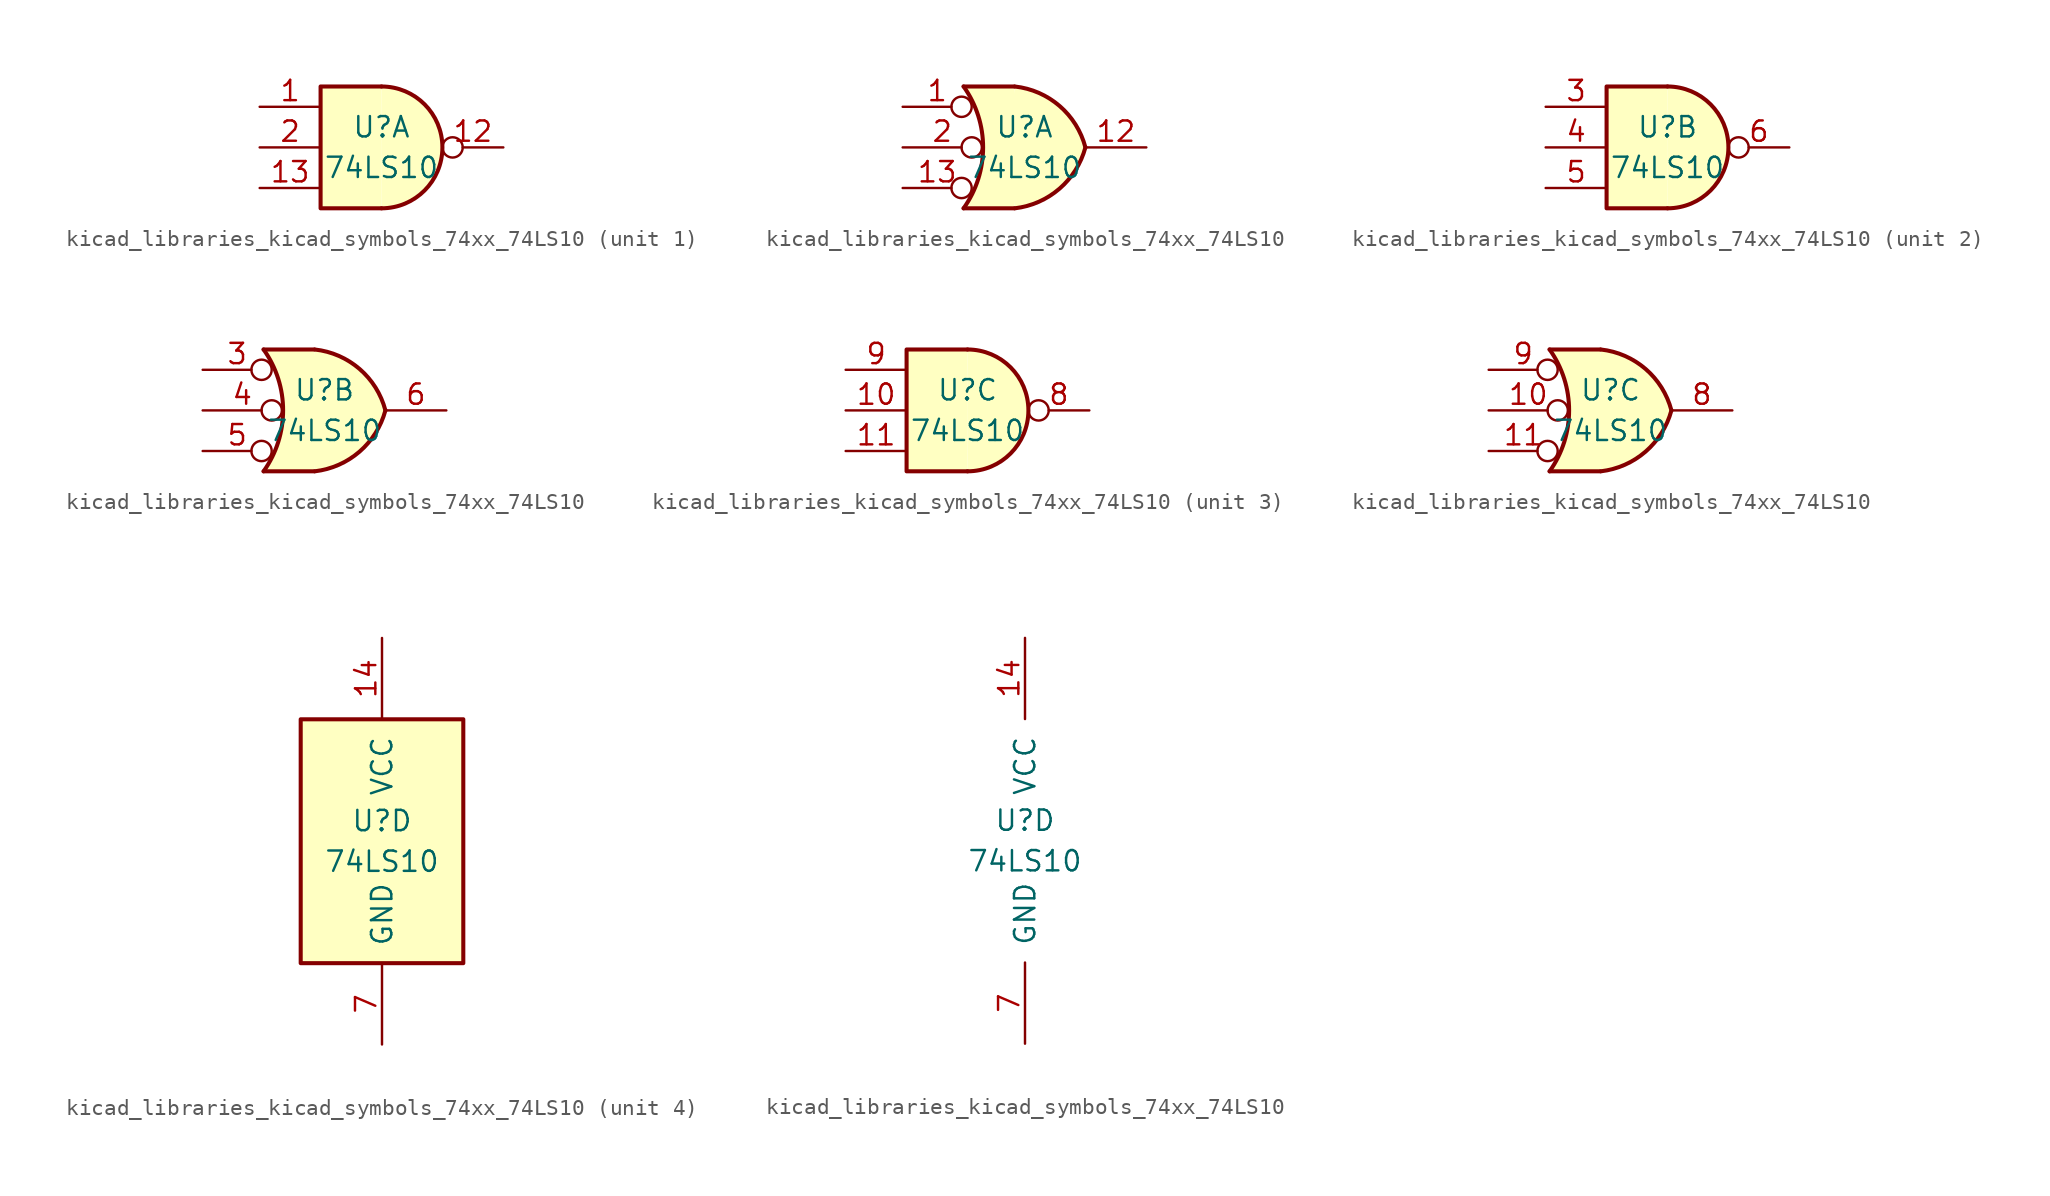
<source format=kicad_sym>
(kicad_symbol_lib
  (version 20220914)
  (generator kicad_symbol_editor)
  (symbol "kicad_libraries_kicad_symbols_74xx_74LS10"
    (pin_names
      (offset 1.016))
    (property "Reference" "U"
      (at 0 1.27 0)
      (effects (font (size 1.27 1.27))))
    (property "Value" "74LS10"
      (at 0 -1.27 0)
      (effects (font (size 1.27 1.27))))
    (property "ki_locked" ""
      (at 0 0 0)
      (effects (font (size 1.27 1.27))))
    (symbol "kicad_libraries_kicad_symbols_74xx_74LS10_1_1"
      (arc (start 0 -3.81) (mid 3.7934 0) (end 0 3.81) (stroke (width 0.254) (type default)) (fill (type background)))
      (polyline (pts (xy 0 3.81) (xy -3.81 3.81) (xy -3.81 -3.81) (xy 0 -3.81)) (stroke (width 0.254) (type default)) (fill (type background)))
      (pin input line (at -7.62 2.54 0) (length 3.81) (name "~" (effects (font (size 1.27 1.27)))) (number "1" (effects (font (size 1.27 1.27)))))
      (pin output inverted (at 7.62 0 180) (length 3.81) (name "~" (effects (font (size 1.27 1.27)))) (number "12" (effects (font (size 1.27 1.27)))))
      (pin input line (at -7.62 -2.54 0) (length 3.81) (name "~" (effects (font (size 1.27 1.27)))) (number "13" (effects (font (size 1.27 1.27)))))
      (pin input line (at -7.62 0 0) (length 3.81) (name "~" (effects (font (size 1.27 1.27)))) (number "2" (effects (font (size 1.27 1.27))))))
    (symbol "kicad_libraries_kicad_symbols_74xx_74LS10_1_2"
      (arc (start -3.81 -3.81) (mid -2.589 0) (end -3.81 3.81) (stroke (width 0.254) (type default)) (fill (type none)))
      (arc (start -0.6096 -3.81) (mid 2.1842 -2.5851) (end 3.81 0) (stroke (width 0.254) (type default)) (fill (type background)))
      (polyline (pts (xy -3.81 -3.81) (xy -0.635 -3.81)) (stroke (width 0.254) (type default)) (fill (type background)))
      (polyline (pts (xy -3.81 3.81) (xy -0.635 3.81)) (stroke (width 0.254) (type default)) (fill (type background)))
      (polyline (pts (xy -0.635 3.81) (xy -3.81 3.81) (xy -3.81 3.81) (xy -3.556 3.404) (xy -3.023 2.261) (xy -2.692 1.041) (xy -2.616 -0.254) (xy -2.769 -1.499) (xy -3.175 -2.718) (xy -3.81 -3.81) (xy -3.81 -3.81) (xy -0.635 -3.81)) (stroke (width -25.4) (type default)) (fill (type background)))
      (arc (start 3.81 0) (mid 2.1915 2.5936) (end -0.6096 3.81) (stroke (width 0.254) (type default)) (fill (type background)))
      (pin input inverted (at -7.62 2.54 0) (length 4.318) (name "~" (effects (font (size 1.27 1.27)))) (number "1" (effects (font (size 1.27 1.27)))))
      (pin output line (at 7.62 0 180) (length 3.81) (name "~" (effects (font (size 1.27 1.27)))) (number "12" (effects (font (size 1.27 1.27)))))
      (pin input inverted (at -7.62 -2.54 0) (length 4.318) (name "~" (effects (font (size 1.27 1.27)))) (number "13" (effects (font (size 1.27 1.27)))))
      (pin input inverted (at -7.62 0 0) (length 4.953) (name "~" (effects (font (size 1.27 1.27)))) (number "2" (effects (font (size 1.27 1.27))))))
    (symbol "kicad_libraries_kicad_symbols_74xx_74LS10_2_1"
      (arc (start 0 -3.81) (mid 3.7934 0) (end 0 3.81) (stroke (width 0.254) (type default)) (fill (type background)))
      (polyline (pts (xy 0 3.81) (xy -3.81 3.81) (xy -3.81 -3.81) (xy 0 -3.81)) (stroke (width 0.254) (type default)) (fill (type background)))
      (pin input line (at -7.62 2.54 0) (length 3.81) (name "~" (effects (font (size 1.27 1.27)))) (number "3" (effects (font (size 1.27 1.27)))))
      (pin input line (at -7.62 0 0) (length 3.81) (name "~" (effects (font (size 1.27 1.27)))) (number "4" (effects (font (size 1.27 1.27)))))
      (pin input line (at -7.62 -2.54 0) (length 3.81) (name "~" (effects (font (size 1.27 1.27)))) (number "5" (effects (font (size 1.27 1.27)))))
      (pin output inverted (at 7.62 0 180) (length 3.81) (name "~" (effects (font (size 1.27 1.27)))) (number "6" (effects (font (size 1.27 1.27))))))
    (symbol "kicad_libraries_kicad_symbols_74xx_74LS10_2_2"
      (arc (start -3.81 -3.81) (mid -2.589 0) (end -3.81 3.81) (stroke (width 0.254) (type default)) (fill (type none)))
      (arc (start -0.6096 -3.81) (mid 2.1842 -2.5851) (end 3.81 0) (stroke (width 0.254) (type default)) (fill (type background)))
      (polyline (pts (xy -3.81 -3.81) (xy -0.635 -3.81)) (stroke (width 0.254) (type default)) (fill (type background)))
      (polyline (pts (xy -3.81 3.81) (xy -0.635 3.81)) (stroke (width 0.254) (type default)) (fill (type background)))
      (polyline (pts (xy -0.635 3.81) (xy -3.81 3.81) (xy -3.81 3.81) (xy -3.556 3.404) (xy -3.023 2.261) (xy -2.692 1.041) (xy -2.616 -0.254) (xy -2.769 -1.499) (xy -3.175 -2.718) (xy -3.81 -3.81) (xy -3.81 -3.81) (xy -0.635 -3.81)) (stroke (width -25.4) (type default)) (fill (type background)))
      (arc (start 3.81 0) (mid 2.1915 2.5936) (end -0.6096 3.81) (stroke (width 0.254) (type default)) (fill (type background)))
      (pin input inverted (at -7.62 2.54 0) (length 4.318) (name "~" (effects (font (size 1.27 1.27)))) (number "3" (effects (font (size 1.27 1.27)))))
      (pin input inverted (at -7.62 0 0) (length 4.953) (name "~" (effects (font (size 1.27 1.27)))) (number "4" (effects (font (size 1.27 1.27)))))
      (pin input inverted (at -7.62 -2.54 0) (length 4.318) (name "~" (effects (font (size 1.27 1.27)))) (number "5" (effects (font (size 1.27 1.27)))))
      (pin output line (at 7.62 0 180) (length 3.81) (name "~" (effects (font (size 1.27 1.27)))) (number "6" (effects (font (size 1.27 1.27))))))
    (symbol "kicad_libraries_kicad_symbols_74xx_74LS10_3_1"
      (arc (start 0 -3.81) (mid 3.7934 0) (end 0 3.81) (stroke (width 0.254) (type default)) (fill (type background)))
      (polyline (pts (xy 0 3.81) (xy -3.81 3.81) (xy -3.81 -3.81) (xy 0 -3.81)) (stroke (width 0.254) (type default)) (fill (type background)))
      (pin input line (at -7.62 0 0) (length 3.81) (name "~" (effects (font (size 1.27 1.27)))) (number "10" (effects (font (size 1.27 1.27)))))
      (pin input line (at -7.62 -2.54 0) (length 3.81) (name "~" (effects (font (size 1.27 1.27)))) (number "11" (effects (font (size 1.27 1.27)))))
      (pin output inverted (at 7.62 0 180) (length 3.81) (name "~" (effects (font (size 1.27 1.27)))) (number "8" (effects (font (size 1.27 1.27)))))
      (pin input line (at -7.62 2.54 0) (length 3.81) (name "~" (effects (font (size 1.27 1.27)))) (number "9" (effects (font (size 1.27 1.27))))))
    (symbol "kicad_libraries_kicad_symbols_74xx_74LS10_3_2"
      (arc (start -3.81 -3.81) (mid -2.589 0) (end -3.81 3.81) (stroke (width 0.254) (type default)) (fill (type none)))
      (arc (start -0.6096 -3.81) (mid 2.1842 -2.5851) (end 3.81 0) (stroke (width 0.254) (type default)) (fill (type background)))
      (polyline (pts (xy -3.81 -3.81) (xy -0.635 -3.81)) (stroke (width 0.254) (type default)) (fill (type background)))
      (polyline (pts (xy -3.81 3.81) (xy -0.635 3.81)) (stroke (width 0.254) (type default)) (fill (type background)))
      (polyline (pts (xy -0.635 3.81) (xy -3.81 3.81) (xy -3.81 3.81) (xy -3.556 3.404) (xy -3.023 2.261) (xy -2.692 1.041) (xy -2.616 -0.254) (xy -2.769 -1.499) (xy -3.175 -2.718) (xy -3.81 -3.81) (xy -3.81 -3.81) (xy -0.635 -3.81)) (stroke (width -25.4) (type default)) (fill (type background)))
      (arc (start 3.81 0) (mid 2.1915 2.5936) (end -0.6096 3.81) (stroke (width 0.254) (type default)) (fill (type background)))
      (pin input inverted (at -7.62 0 0) (length 4.953) (name "~" (effects (font (size 1.27 1.27)))) (number "10" (effects (font (size 1.27 1.27)))))
      (pin input inverted (at -7.62 -2.54 0) (length 4.318) (name "~" (effects (font (size 1.27 1.27)))) (number "11" (effects (font (size 1.27 1.27)))))
      (pin output line (at 7.62 0 180) (length 3.81) (name "~" (effects (font (size 1.27 1.27)))) (number "8" (effects (font (size 1.27 1.27)))))
      (pin input inverted (at -7.62 2.54 0) (length 4.318) (name "~" (effects (font (size 1.27 1.27)))) (number "9" (effects (font (size 1.27 1.27))))))
    (symbol "kicad_libraries_kicad_symbols_74xx_74LS10_4_0"
      (pin power_in line (at 0 12.7 270) (length 5.08) (name "VCC" (effects (font (size 1.27 1.27)))) (number "14" (effects (font (size 1.27 1.27)))))
      (pin power_in line (at 0 -12.7 90) (length 5.08) (name "GND" (effects (font (size 1.27 1.27)))) (number "7" (effects (font (size 1.27 1.27))))))
    (symbol "kicad_libraries_kicad_symbols_74xx_74LS10_4_1"
      (rectangle (start -5.08 7.62) (end 5.08 -7.62) (stroke (width 0.254) (type default)) (fill (type background))))))
</source>
